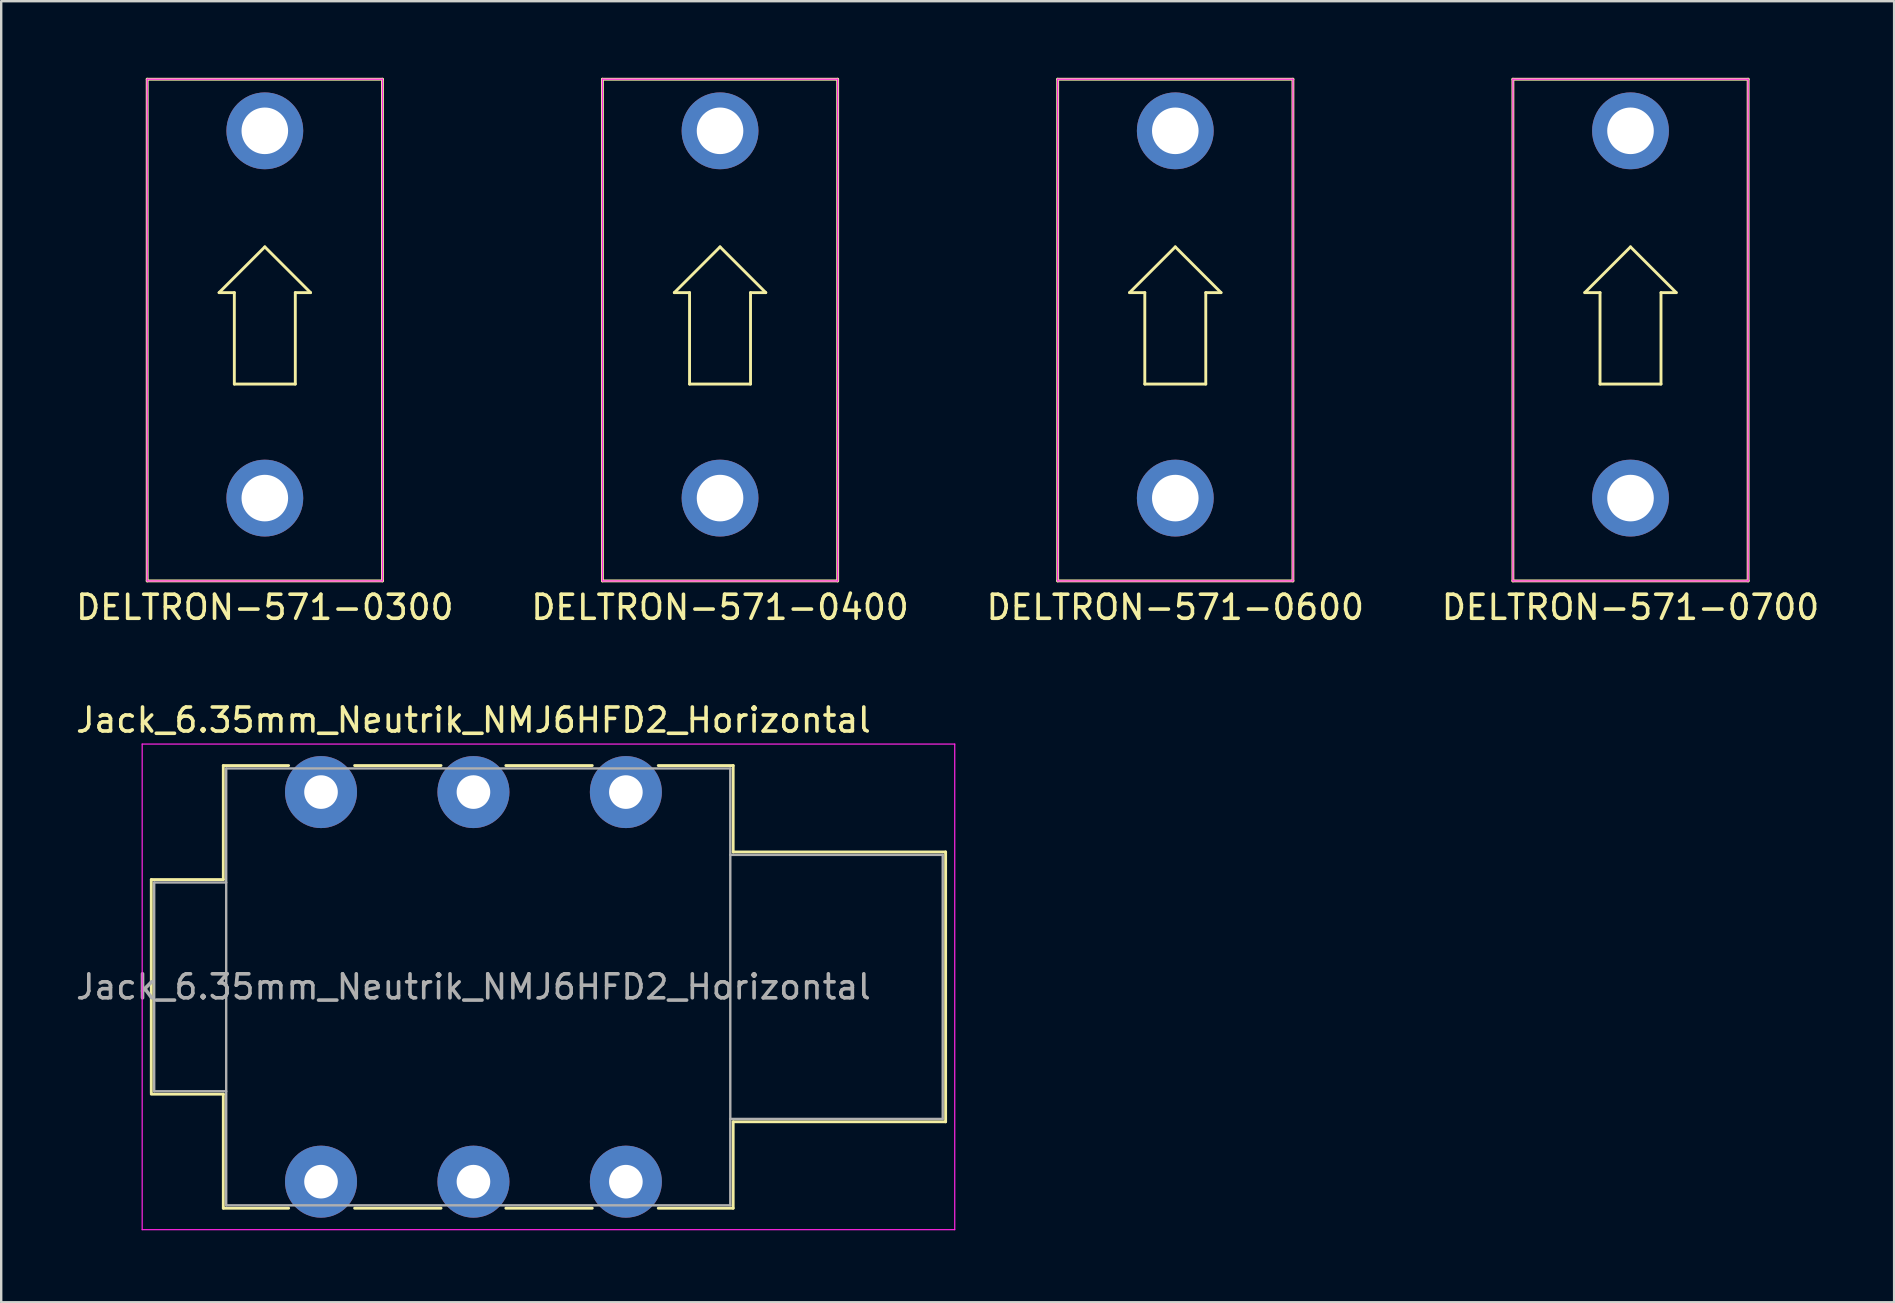
<source format=kicad_pcb>
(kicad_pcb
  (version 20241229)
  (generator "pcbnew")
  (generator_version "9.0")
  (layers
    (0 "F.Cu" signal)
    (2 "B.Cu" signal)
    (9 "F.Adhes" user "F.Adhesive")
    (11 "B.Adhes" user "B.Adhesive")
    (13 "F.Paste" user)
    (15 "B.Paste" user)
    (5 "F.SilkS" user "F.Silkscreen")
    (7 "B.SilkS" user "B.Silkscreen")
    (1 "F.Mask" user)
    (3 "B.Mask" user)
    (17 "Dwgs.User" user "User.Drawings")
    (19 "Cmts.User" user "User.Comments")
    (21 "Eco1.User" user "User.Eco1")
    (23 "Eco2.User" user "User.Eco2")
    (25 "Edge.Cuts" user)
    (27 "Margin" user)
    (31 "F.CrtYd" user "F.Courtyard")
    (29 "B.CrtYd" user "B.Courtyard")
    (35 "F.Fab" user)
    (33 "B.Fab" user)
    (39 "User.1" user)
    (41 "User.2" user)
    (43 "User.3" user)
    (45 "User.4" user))
  (footprint "DELTRON-571-0300"
    (layer "F.Cu")
    (at 7.982 0.25)
    (property "Reference" "DELTRON-571-0300" (at 0 22 180) (layer "F.SilkS") (effects (font (size 1 1) (thickness 0.15))))
    (attr through_hole)
    (fp_line (start -4.9 0) (end 4.9 0) (stroke (width 0.12) (type solid)) (layer "F.SilkS"))
    (fp_line (start -4.9 20.9) (end -4.9 0) (stroke (width 0.12) (type solid)) (layer "F.SilkS"))
    (fp_line (start -1.905 8.89) (end -1.27 8.89) (stroke (width 0.12) (type solid)) (layer "F.SilkS"))
    (fp_line (start -1.27 8.89) (end -1.27 12.7) (stroke (width 0.12) (type solid)) (layer "F.SilkS"))
    (fp_line (start -1.27 12.7) (end 1.27 12.7) (stroke (width 0.12) (type solid)) (layer "F.SilkS"))
    (fp_line (start 0 6.985) (end -1.905 8.89) (stroke (width 0.12) (type solid)) (layer "F.SilkS"))
    (fp_line (start 1.27 8.89) (end 1.905 8.89) (stroke (width 0.12) (type solid)) (layer "F.SilkS"))
    (fp_line (start 1.27 12.7) (end 1.27 8.89) (stroke (width 0.12) (type solid)) (layer "F.SilkS"))
    (fp_line (start 1.905 8.89) (end 0 6.985) (stroke (width 0.12) (type solid)) (layer "F.SilkS"))
    (fp_line (start 4.9 0) (end 4.9 20.9) (stroke (width 0.12) (type solid)) (layer "F.SilkS"))
    (fp_line (start 4.9 20.9) (end -4.9 20.9) (stroke (width 0.12) (type solid)) (layer "F.SilkS"))
    (fp_line (start -4.9 0) (end 4.9 0) (stroke (width 0.05) (type default)) (layer "F.CrtYd"))
    (fp_line (start -4.9 20.9) (end -4.9 0) (stroke (width 0.05) (type default)) (layer "F.CrtYd"))
    (fp_line (start 4.9 0) (end 4.9 20.9) (stroke (width 0.05) (type default)) (layer "F.CrtYd"))
    (fp_line (start 4.9 20.9) (end -4.9 20.9) (stroke (width 0.05) (type default)) (layer "F.CrtYd"))
    (pad "1" thru_hole circle (at 0 2.15) (size 3.2 3.2) (drill 1.94) (layers "*.Cu" "*.Mask"))
    (pad "1" thru_hole circle (at 0 17.45) (size 3.2 3.2) (drill 1.94) (layers "*.Cu" "*.Mask")))
  (footprint "Jack_6.35mm_Neutrik_NMJ6HFD2_Horizontal"
    (layer "F.Cu")
    (at 10.323 29.947)
    (property "Reference" "Jack_6.35mm_Neutrik_NMJ6HFD2_Horizontal" (at 6.35 -3 0) (layer "F.SilkS") (effects (font (size 1 1) (thickness 0.15))))
    (attr through_hole)
    (fp_line (start -7.07 3.645) (end -4.07 3.645) (stroke (width 0.12) (type solid)) (layer "F.SilkS"))
    (fp_line (start -7.07 12.545) (end -7.07 3.645) (stroke (width 0.12) (type solid)) (layer "F.SilkS"))
    (fp_line (start -7.07 12.585) (end -4.07 12.585) (stroke (width 0.12) (type solid)) (layer "F.SilkS"))
    (fp_line (start -4.07 -1.105) (end -1.35 -1.105) (stroke (width 0.12) (type solid)) (layer "F.SilkS"))
    (fp_line (start -4.07 3.645) (end -4.07 -1.105) (stroke (width 0.12) (type solid)) (layer "F.SilkS"))
    (fp_line (start -4.07 17.335) (end -4.07 12.585) (stroke (width 0.12) (type solid)) (layer "F.SilkS"))
    (fp_line (start -1.35 17.335) (end -4.07 17.335) (stroke (width 0.12) (type solid)) (layer "F.SilkS"))
    (fp_line (start 1.4 -1.105) (end 5 -1.105) (stroke (width 0.12) (type solid)) (layer "F.SilkS"))
    (fp_line (start 5 17.335) (end 1.4 17.335) (stroke (width 0.12) (type solid)) (layer "F.SilkS"))
    (fp_line (start 7.7 -1.105) (end 11.3 -1.105) (stroke (width 0.12) (type solid)) (layer "F.SilkS"))
    (fp_line (start 11.3 17.335) (end 7.7 17.335) (stroke (width 0.12) (type solid)) (layer "F.SilkS"))
    (fp_line (start 17.17 -1.105) (end 14.05 -1.105) (stroke (width 0.12) (type solid)) (layer "F.SilkS"))
    (fp_line (start 17.17 2.495) (end 17.17 -1.105) (stroke (width 0.12) (type solid)) (layer "F.SilkS"))
    (fp_line (start 17.17 2.495) (end 26.02 2.495) (stroke (width 0.12) (type solid)) (layer "F.SilkS"))
    (fp_line (start 17.17 13.735) (end 26.02 13.735) (stroke (width 0.12) (type solid)) (layer "F.SilkS"))
    (fp_line (start 17.17 17.335) (end 14.05 17.335) (stroke (width 0.12) (type solid)) (layer "F.SilkS"))
    (fp_line (start 17.17 17.335) (end 17.17 13.735) (stroke (width 0.12) (type solid)) (layer "F.SilkS"))
    (fp_line (start 26.02 13.735) (end 26.02 2.495) (stroke (width 0.12) (type solid)) (layer "F.SilkS"))
    (fp_line (start -7.45 18.23) (end -7.45 -2) (stroke (width 0.05) (type solid)) (layer "F.CrtYd"))
    (fp_line (start -7.45 18.23) (end 26.4 18.23) (stroke (width 0.05) (type solid)) (layer "F.CrtYd"))
    (fp_line (start 26.4 -2) (end -7.45 -2) (stroke (width 0.05) (type solid)) (layer "F.CrtYd"))
    (fp_line (start 26.4 18.23) (end 26.4 -2) (stroke (width 0.05) (type solid)) (layer "F.CrtYd"))
    (fp_line (start -6.95 3.765) (end -3.95 3.765) (stroke (width 0.1) (type solid)) (layer "F.Fab"))
    (fp_line (start -6.95 12.465) (end -6.95 3.765) (stroke (width 0.1) (type solid)) (layer "F.Fab"))
    (fp_line (start -6.95 12.465) (end -3.95 12.465) (stroke (width 0.1) (type solid)) (layer "F.Fab"))
    (fp_line (start -3.95 17.215) (end -3.95 -0.985) (stroke (width 0.1) (type solid)) (layer "F.Fab"))
    (fp_line (start 17.05 -0.985) (end -3.95 -0.985) (stroke (width 0.1) (type solid)) (layer "F.Fab"))
    (fp_line (start 17.05 17.215) (end -3.95 17.215) (stroke (width 0.1) (type solid)) (layer "F.Fab"))
    (fp_line (start 17.05 17.215) (end 17.05 -0.985) (stroke (width 0.1) (type solid)) (layer "F.Fab"))
    (fp_line (start 25.9 2.615) (end 17.05 2.615) (stroke (width 0.1) (type solid)) (layer "F.Fab"))
    (fp_line (start 25.9 13.615) (end 17.05 13.615) (stroke (width 0.1) (type solid)) (layer "F.Fab"))
    (fp_line (start 25.9 13.615) (end 25.9 2.615) (stroke (width 0.1) (type solid)) (layer "F.Fab"))
    (fp_text user "${REFERENCE}" (at 6.35 8.115 0) (layer "F.Fab") (effects (font (size 1 1) (thickness 0.15))))
    (pad "R" thru_hole circle (at 6.35 0) (size 3 3) (drill 1.4) (layers "*.Cu" "*.Mask"))
    (pad "RN" thru_hole circle (at 6.35 16.23) (size 3 3) (drill 1.4) (layers "*.Cu" "*.Mask"))
    (pad "S" thru_hole circle (at 12.7 0) (size 3 3) (drill 1.4) (layers "*.Cu" "*.Mask"))
    (pad "SN" thru_hole circle (at 12.7 16.23) (size 3 3) (drill 1.4) (layers "*.Cu" "*.Mask"))
    (pad "T" thru_hole circle (at 0 0) (size 3 3) (drill 1.4) (layers "*.Cu" "*.Mask"))
    (pad "TN" thru_hole circle (at 0 16.23) (size 3 3) (drill 1.4) (layers "*.Cu" "*.Mask")))
  (footprint "DELTRON-571-0400"
    (layer "F.Cu")
    (at 26.946 0.25)
    (property "Reference" "DELTRON-571-0400" (at 0 22 180) (layer "F.SilkS") (effects (font (size 1 1) (thickness 0.15))))
    (attr through_hole)
    (fp_line (start -4.9 0) (end 4.9 0) (stroke (width 0.12) (type solid)) (layer "F.SilkS"))
    (fp_line (start -4.9 20.9) (end -4.9 0) (stroke (width 0.12) (type solid)) (layer "F.SilkS"))
    (fp_line (start -1.905 8.89) (end -1.27 8.89) (stroke (width 0.12) (type solid)) (layer "F.SilkS"))
    (fp_line (start -1.27 8.89) (end -1.27 12.7) (stroke (width 0.12) (type solid)) (layer "F.SilkS"))
    (fp_line (start -1.27 12.7) (end 1.27 12.7) (stroke (width 0.12) (type solid)) (layer "F.SilkS"))
    (fp_line (start 0 6.985) (end -1.905 8.89) (stroke (width 0.12) (type solid)) (layer "F.SilkS"))
    (fp_line (start 1.27 8.89) (end 1.905 8.89) (stroke (width 0.12) (type solid)) (layer "F.SilkS"))
    (fp_line (start 1.27 12.7) (end 1.27 8.89) (stroke (width 0.12) (type solid)) (layer "F.SilkS"))
    (fp_line (start 1.905 8.89) (end 0 6.985) (stroke (width 0.12) (type solid)) (layer "F.SilkS"))
    (fp_line (start 4.9 0) (end 4.9 20.9) (stroke (width 0.12) (type solid)) (layer "F.SilkS"))
    (fp_line (start 4.9 20.9) (end -4.9 20.9) (stroke (width 0.12) (type solid)) (layer "F.SilkS"))
    (fp_line (start -4.9 0) (end 4.9 0) (stroke (width 0.05) (type default)) (layer "F.CrtYd"))
    (fp_line (start -4.9 20.9) (end -4.9 0) (stroke (width 0.05) (type default)) (layer "F.CrtYd"))
    (fp_line (start 4.9 0) (end 4.9 20.9) (stroke (width 0.05) (type default)) (layer "F.CrtYd"))
    (fp_line (start 4.9 20.9) (end -4.9 20.9) (stroke (width 0.05) (type default)) (layer "F.CrtYd"))
    (pad "1" thru_hole circle (at 0 2.15) (size 3.2 3.2) (drill 1.94) (layers "*.Cu" "*.Mask"))
    (pad "1" thru_hole circle (at 0 17.45) (size 3.2 3.2) (drill 1.94) (layers "*.Cu" "*.Mask")))
  (footprint "DELTRON-571-0600"
    (layer "F.Cu")
    (at 45.911 0.25)
    (property "Reference" "DELTRON-571-0600" (at 0 22 180) (layer "F.SilkS") (effects (font (size 1 1) (thickness 0.15))))
    (attr through_hole)
    (fp_line (start -4.9 0) (end 4.9 0) (stroke (width 0.12) (type solid)) (layer "F.SilkS"))
    (fp_line (start -4.9 20.9) (end -4.9 0) (stroke (width 0.12) (type solid)) (layer "F.SilkS"))
    (fp_line (start -1.905 8.89) (end -1.27 8.89) (stroke (width 0.12) (type solid)) (layer "F.SilkS"))
    (fp_line (start -1.27 8.89) (end -1.27 12.7) (stroke (width 0.12) (type solid)) (layer "F.SilkS"))
    (fp_line (start -1.27 12.7) (end 1.27 12.7) (stroke (width 0.12) (type solid)) (layer "F.SilkS"))
    (fp_line (start 0 6.985) (end -1.905 8.89) (stroke (width 0.12) (type solid)) (layer "F.SilkS"))
    (fp_line (start 1.27 8.89) (end 1.905 8.89) (stroke (width 0.12) (type solid)) (layer "F.SilkS"))
    (fp_line (start 1.27 12.7) (end 1.27 8.89) (stroke (width 0.12) (type solid)) (layer "F.SilkS"))
    (fp_line (start 1.905 8.89) (end 0 6.985) (stroke (width 0.12) (type solid)) (layer "F.SilkS"))
    (fp_line (start 4.9 0) (end 4.9 20.9) (stroke (width 0.12) (type solid)) (layer "F.SilkS"))
    (fp_line (start 4.9 20.9) (end -4.9 20.9) (stroke (width 0.12) (type solid)) (layer "F.SilkS"))
    (fp_line (start -4.9 0) (end 4.9 0) (stroke (width 0.05) (type default)) (layer "F.CrtYd"))
    (fp_line (start -4.9 20.9) (end -4.9 0) (stroke (width 0.05) (type default)) (layer "F.CrtYd"))
    (fp_line (start 4.9 0) (end 4.9 20.9) (stroke (width 0.05) (type default)) (layer "F.CrtYd"))
    (fp_line (start 4.9 20.9) (end -4.9 20.9) (stroke (width 0.05) (type default)) (layer "F.CrtYd"))
    (pad "1" thru_hole circle (at 0 2.15) (size 3.2 3.2) (drill 1.94) (layers "*.Cu" "*.Mask"))
    (pad "1" thru_hole circle (at 0 17.45) (size 3.2 3.2) (drill 1.94) (layers "*.Cu" "*.Mask")))
  (footprint "DELTRON-571-0700"
    (layer "F.Cu")
    (at 64.875 0.25)
    (property "Reference" "DELTRON-571-0700" (at 0 22 180) (layer "F.SilkS") (effects (font (size 1 1) (thickness 0.15))))
    (attr through_hole)
    (fp_line (start -4.9 0) (end 4.9 0) (stroke (width 0.12) (type solid)) (layer "F.SilkS"))
    (fp_line (start -4.9 20.9) (end -4.9 0) (stroke (width 0.12) (type solid)) (layer "F.SilkS"))
    (fp_line (start -1.905 8.89) (end -1.27 8.89) (stroke (width 0.12) (type solid)) (layer "F.SilkS"))
    (fp_line (start -1.27 8.89) (end -1.27 12.7) (stroke (width 0.12) (type solid)) (layer "F.SilkS"))
    (fp_line (start -1.27 12.7) (end 1.27 12.7) (stroke (width 0.12) (type solid)) (layer "F.SilkS"))
    (fp_line (start 0 6.985) (end -1.905 8.89) (stroke (width 0.12) (type solid)) (layer "F.SilkS"))
    (fp_line (start 1.27 8.89) (end 1.905 8.89) (stroke (width 0.12) (type solid)) (layer "F.SilkS"))
    (fp_line (start 1.27 12.7) (end 1.27 8.89) (stroke (width 0.12) (type solid)) (layer "F.SilkS"))
    (fp_line (start 1.905 8.89) (end 0 6.985) (stroke (width 0.12) (type solid)) (layer "F.SilkS"))
    (fp_line (start 4.9 0) (end 4.9 20.9) (stroke (width 0.12) (type solid)) (layer "F.SilkS"))
    (fp_line (start 4.9 20.9) (end -4.9 20.9) (stroke (width 0.12) (type solid)) (layer "F.SilkS"))
    (fp_line (start -4.9 0) (end 4.9 0) (stroke (width 0.05) (type default)) (layer "F.CrtYd"))
    (fp_line (start -4.9 20.9) (end -4.9 0) (stroke (width 0.05) (type default)) (layer "F.CrtYd"))
    (fp_line (start 4.9 0) (end 4.9 20.9) (stroke (width 0.05) (type default)) (layer "F.CrtYd"))
    (fp_line (start 4.9 20.9) (end -4.9 20.9) (stroke (width 0.05) (type default)) (layer "F.CrtYd"))
    (pad "1" thru_hole circle (at 0 2.15) (size 3.2 3.2) (drill 1.94) (layers "*.Cu" "*.Mask"))
    (pad "1" thru_hole circle (at 0 17.45) (size 3.2 3.2) (drill 1.94) (layers "*.Cu" "*.Mask")))
  (gr_rect
    (start -3 -3)
    (end 75.857 51.202)
    (stroke (width 0.1) (type default))
    (fill no)
    (layer "Edge.Cuts")))
</source>
